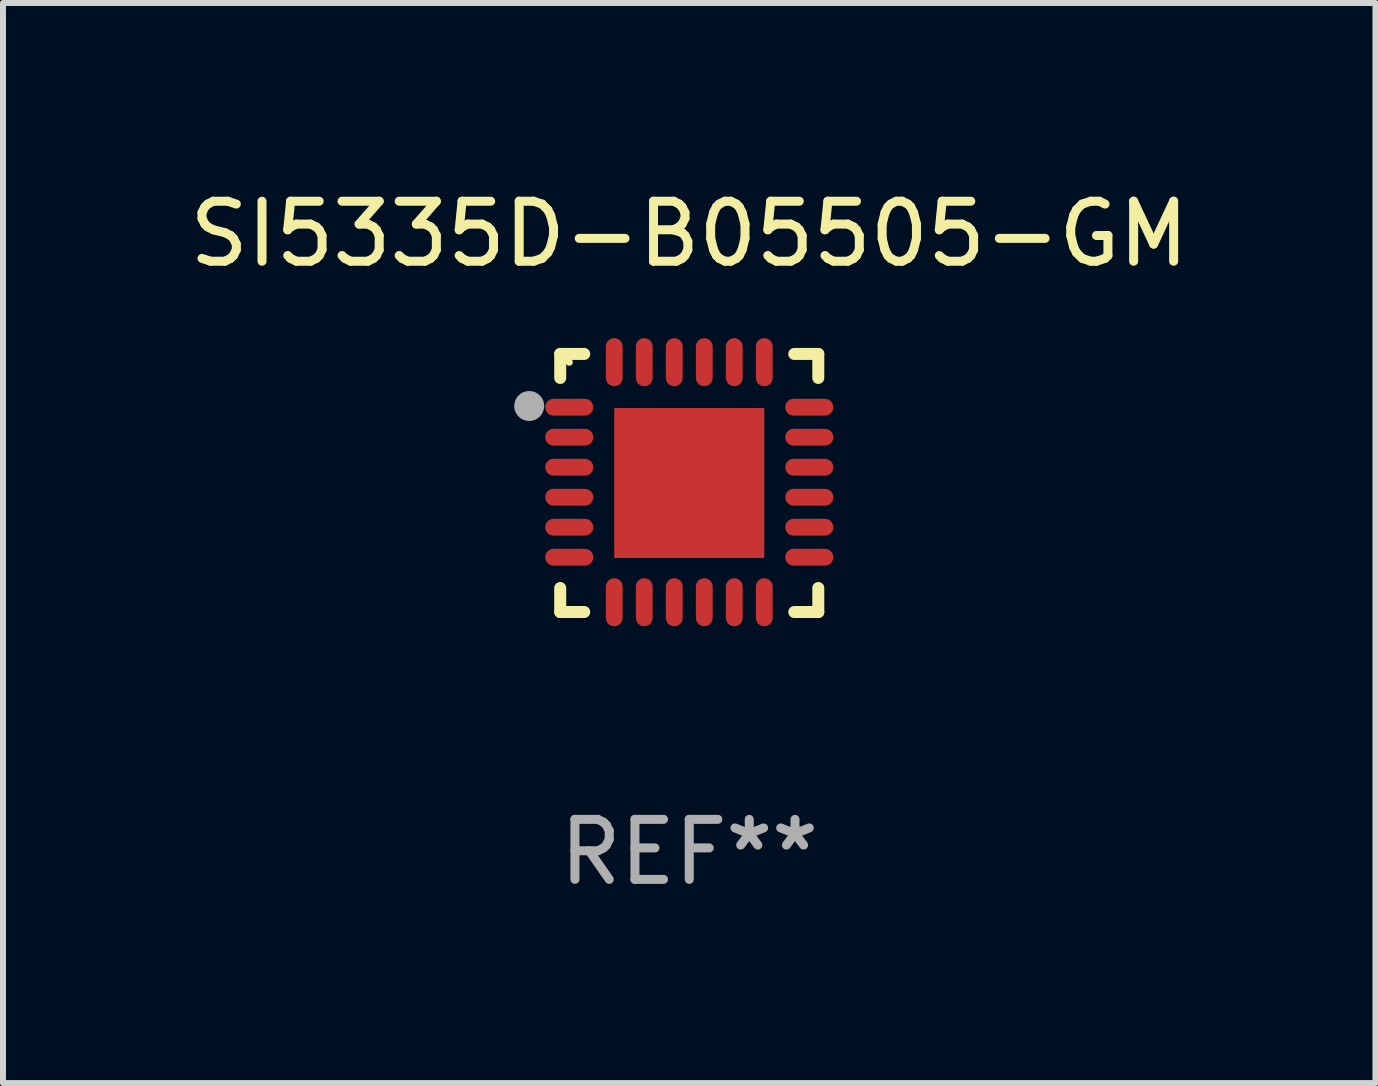
<source format=kicad_pcb>
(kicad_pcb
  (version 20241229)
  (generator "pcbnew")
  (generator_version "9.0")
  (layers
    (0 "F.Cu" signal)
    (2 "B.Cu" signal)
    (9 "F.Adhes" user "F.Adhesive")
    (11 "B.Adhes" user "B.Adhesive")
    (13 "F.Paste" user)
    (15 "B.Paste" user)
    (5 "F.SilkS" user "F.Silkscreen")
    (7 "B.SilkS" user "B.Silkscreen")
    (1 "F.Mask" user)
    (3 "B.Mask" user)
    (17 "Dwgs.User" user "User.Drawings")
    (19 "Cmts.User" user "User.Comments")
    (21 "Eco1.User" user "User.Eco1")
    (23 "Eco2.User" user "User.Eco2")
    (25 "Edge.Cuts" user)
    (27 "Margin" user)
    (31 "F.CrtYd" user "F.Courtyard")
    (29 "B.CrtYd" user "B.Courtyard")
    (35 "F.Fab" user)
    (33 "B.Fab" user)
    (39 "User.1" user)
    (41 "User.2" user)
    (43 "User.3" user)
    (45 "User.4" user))
  (footprint "SI5335D-B05505-GM"
    (layer "F.Cu")
    (at 8.435 4.998)
    (property "Reference" "SI5335D-B05505-GM" (at 0 -4.15 0) (layer "F.SilkS") (effects (font (size 1 1) (thickness 0.15))))
    (attr through_hole)
    (fp_line (start -2.15 -2.15) (end -1.75 -2.15) (stroke (width 0.2) (type solid)) (layer "F.SilkS"))
    (fp_line (start -2.15 -1.75) (end -2.15 -2.15) (stroke (width 0.2) (type solid)) (layer "F.SilkS"))
    (fp_line (start -2.15 2.15) (end -2.15 1.75) (stroke (width 0.2) (type solid)) (layer "F.SilkS"))
    (fp_line (start -1.75 2.15) (end -2.15 2.15) (stroke (width 0.2) (type solid)) (layer "F.SilkS"))
    (fp_line (start 1.75 -2.15) (end 2.15 -2.15) (stroke (width 0.2) (type solid)) (layer "F.SilkS"))
    (fp_line (start 1.75 2.15) (end 2.15 2.15) (stroke (width 0.2) (type solid)) (layer "F.SilkS"))
    (fp_line (start 2.15 -2.15) (end 2.15 -1.75) (stroke (width 0.2) (type solid)) (layer "F.SilkS"))
    (fp_line (start 2.15 2.15) (end 2.15 1.75) (stroke (width 0.2) (type solid)) (layer "F.SilkS"))
    (fp_circle (center -2 -2.013) (end -1.97 -2.013) (stroke (width 0.06) (type solid)) (fill no) (layer "F.SilkS"))
    (fp_circle (center -2.667 -1.283) (end -2.542 -1.283) (stroke (width 0.25) (type solid)) (fill no) (layer "F.Fab"))
    (fp_text user "REF**" (at 0 6.15 0) (layer "F.Fab") (effects (font (size 1 1) (thickness 0.15))))
    (pad "1" smd oval (at -2 -1.263) (size 0.8 0.28) (layers "F.Cu" "F.Mask" "F.Paste"))
    (pad "2" smd oval (at -2 -0.763) (size 0.8 0.28) (layers "F.Cu" "F.Mask" "F.Paste"))
    (pad "3" smd oval (at -2 -0.263) (size 0.8 0.28) (layers "F.Cu" "F.Mask" "F.Paste"))
    (pad "4" smd oval (at -2 0.237) (size 0.8 0.28) (layers "F.Cu" "F.Mask" "F.Paste"))
    (pad "5" smd oval (at -2 0.737) (size 0.8 0.28) (layers "F.Cu" "F.Mask" "F.Paste"))
    (pad "6" smd oval (at -2 1.237) (size 0.8 0.28) (layers "F.Cu" "F.Mask" "F.Paste"))
    (pad "7" smd oval (at -1.25 1.987) (size 0.28 0.8) (layers "F.Cu" "F.Mask" "F.Paste"))
    (pad "8" smd oval (at -0.75 1.987) (size 0.28 0.8) (layers "F.Cu" "F.Mask" "F.Paste"))
    (pad "9" smd oval (at -0.25 1.987) (size 0.28 0.8) (layers "F.Cu" "F.Mask" "F.Paste"))
    (pad "10" smd oval (at 0.25 1.987) (size 0.28 0.8) (layers "F.Cu" "F.Mask" "F.Paste"))
    (pad "11" smd oval (at 0.75 1.987) (size 0.28 0.8) (layers "F.Cu" "F.Mask" "F.Paste"))
    (pad "12" smd oval (at 1.25 1.987) (size 0.28 0.8) (layers "F.Cu" "F.Mask" "F.Paste"))
    (pad "13" smd oval (at 2 1.237) (size 0.8 0.28) (layers "F.Cu" "F.Mask" "F.Paste"))
    (pad "14" smd oval (at 2 0.737) (size 0.8 0.28) (layers "F.Cu" "F.Mask" "F.Paste"))
    (pad "15" smd oval (at 2 0.237) (size 0.8 0.28) (layers "F.Cu" "F.Mask" "F.Paste"))
    (pad "16" smd oval (at 2 -0.263) (size 0.8 0.28) (layers "F.Cu" "F.Mask" "F.Paste"))
    (pad "17" smd oval (at 2 -0.763) (size 0.8 0.28) (layers "F.Cu" "F.Mask" "F.Paste"))
    (pad "18" smd oval (at 2 -1.263) (size 0.8 0.28) (layers "F.Cu" "F.Mask" "F.Paste"))
    (pad "19" smd oval (at 1.25 -2.013) (size 0.28 0.8) (layers "F.Cu" "F.Mask" "F.Paste"))
    (pad "20" smd oval (at 0.75 -2.013) (size 0.28 0.8) (layers "F.Cu" "F.Mask" "F.Paste"))
    (pad "21" smd oval (at 0.25 -2.013) (size 0.28 0.8) (layers "F.Cu" "F.Mask" "F.Paste"))
    (pad "22" smd oval (at -0.25 -2.013) (size 0.28 0.8) (layers "F.Cu" "F.Mask" "F.Paste"))
    (pad "23" smd oval (at -0.75 -2.013) (size 0.28 0.8) (layers "F.Cu" "F.Mask" "F.Paste"))
    (pad "24" smd oval (at -1.25 -2.013) (size 0.28 0.8) (layers "F.Cu" "F.Mask" "F.Paste"))
    (pad "25" smd rect (at -0.000127 -0.00014) (size 2.5 2.5) (layers "F.Cu" "F.Mask" "F.Paste")))
  (gr_rect
    (start -3 -3)
    (end 19.869 14.997)
    (stroke (width 0.1) (type default))
    (fill no)
    (layer "Edge.Cuts")))
</source>
